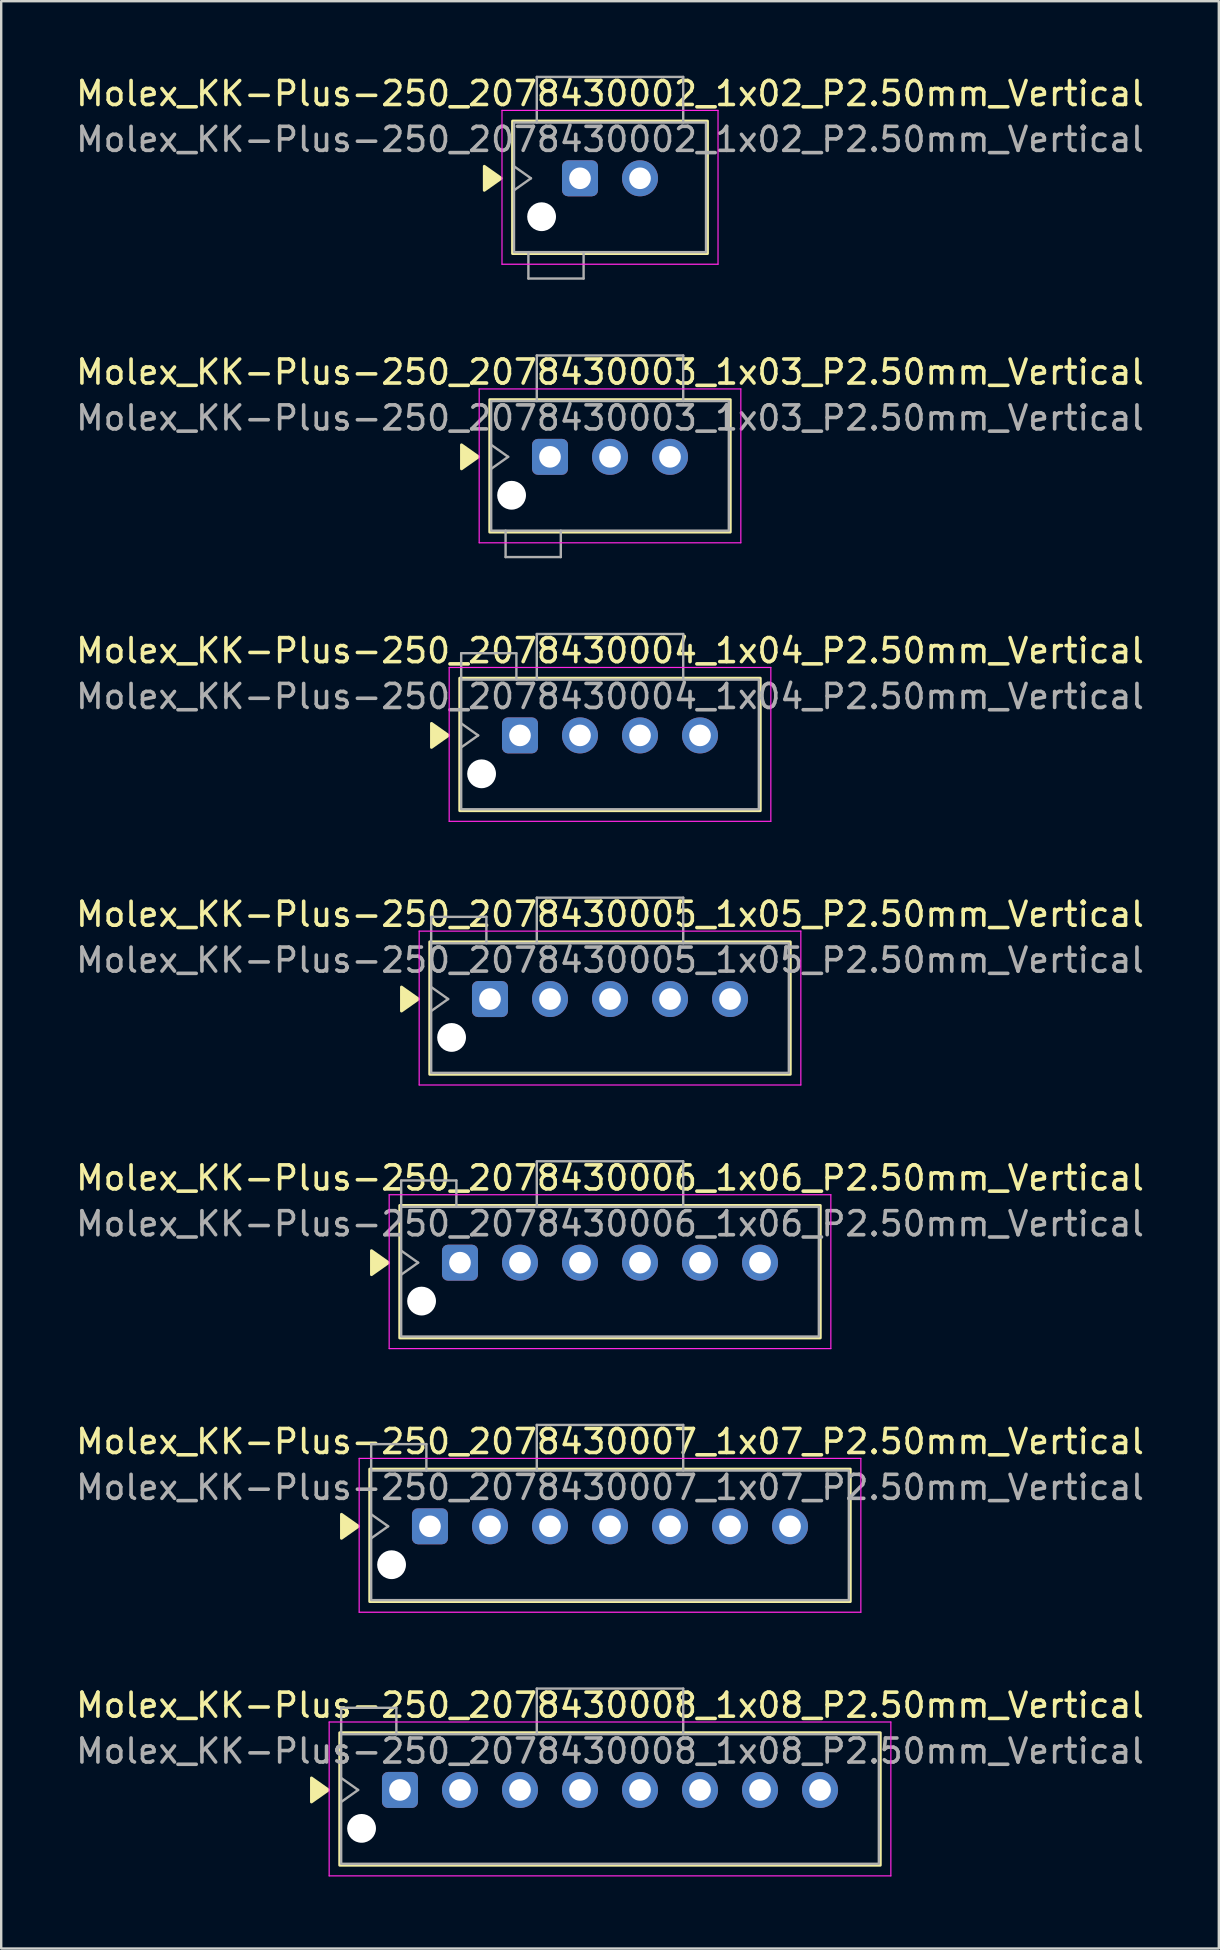
<source format=kicad_pcb>
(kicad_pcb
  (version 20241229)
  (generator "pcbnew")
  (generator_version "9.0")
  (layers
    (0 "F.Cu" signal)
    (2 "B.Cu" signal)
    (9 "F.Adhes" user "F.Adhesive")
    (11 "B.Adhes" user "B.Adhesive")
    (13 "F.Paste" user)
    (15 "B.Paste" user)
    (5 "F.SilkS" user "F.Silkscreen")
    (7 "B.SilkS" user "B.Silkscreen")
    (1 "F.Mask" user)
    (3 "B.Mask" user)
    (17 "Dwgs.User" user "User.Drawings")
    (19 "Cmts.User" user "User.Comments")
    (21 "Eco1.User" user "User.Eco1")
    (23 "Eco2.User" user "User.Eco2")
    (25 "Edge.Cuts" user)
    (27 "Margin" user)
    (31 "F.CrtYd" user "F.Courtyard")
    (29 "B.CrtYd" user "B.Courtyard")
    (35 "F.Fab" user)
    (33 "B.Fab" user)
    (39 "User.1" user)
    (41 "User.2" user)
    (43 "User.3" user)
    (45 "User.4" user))
  (footprint "Molex_KK-Plus-250_2078430003_1x03_P2.50mm_Vertical"
    (layer "F.Cu")
    (at 19.863 15.982)
    (property "Reference" "Molex_KK-Plus-250_2078430003_1x03_P2.50mm_Vertical" (at 2.5 -3.53 0) (layer "F.SilkS") (effects (font (size 1 1) (thickness 0.15))))
    (attr through_hole)
    (fp_rect (start -2.51 -2.384) (end 7.51 3.136) (stroke (width 0.12) (type solid)) (fill no) (layer "F.SilkS"))
    (fp_poly (pts (xy -3.687 -0.5) (xy -2.98 0) (xy -3.687 0.5)) (stroke (width 0.12) (type solid)) (fill yes) (layer "F.SilkS"))
    (fp_line (start -2.95 -2.83) (end -2.95 3.58) (stroke (width 0.05) (type solid)) (layer "F.CrtYd"))
    (fp_line (start -2.95 3.58) (end 7.95 3.58) (stroke (width 0.05) (type solid)) (layer "F.CrtYd"))
    (fp_line (start 7.95 -2.83) (end -2.95 -2.83) (stroke (width 0.05) (type solid)) (layer "F.CrtYd"))
    (fp_line (start 7.95 3.58) (end 7.95 -2.83) (stroke (width 0.05) (type solid)) (layer "F.CrtYd"))
    (fp_line (start -2.45 -0.5) (end -1.743 0) (stroke (width 0.1) (type solid)) (layer "F.Fab"))
    (fp_line (start -1.85 3.076) (end -1.85 4.176) (stroke (width 0.1) (type solid)) (layer "F.Fab"))
    (fp_line (start -1.85 4.176) (end 0.45 4.176) (stroke (width 0.1) (type solid)) (layer "F.Fab"))
    (fp_line (start -1.743 0) (end -2.45 0.5) (stroke (width 0.1) (type solid)) (layer "F.Fab"))
    (fp_line (start -0.55 -4.224) (end 5.55 -4.224) (stroke (width 0.1) (type solid)) (layer "F.Fab"))
    (fp_line (start -0.55 -2.324) (end -0.55 -4.224) (stroke (width 0.1) (type solid)) (layer "F.Fab"))
    (fp_line (start 0.45 4.176) (end 0.45 3.076) (stroke (width 0.1) (type solid)) (layer "F.Fab"))
    (fp_line (start 5.55 -4.224) (end 5.55 -2.324) (stroke (width 0.1) (type solid)) (layer "F.Fab"))
    (fp_rect (start -2.45 -2.324) (end 7.45 3.076) (stroke (width 0.1) (type solid)) (fill no) (layer "F.Fab"))
    (fp_text user "${REFERENCE}" (at 2.5 -1.62 0) (layer "F.Fab") (effects (font (size 1 1) (thickness 0.15))))
    (pad "" np_thru_hole circle (at -1.6 1.6) (size 1.2 1.2) (drill 1.2) (layers "*.Cu" "*.Mask"))
    (pad "1" thru_hole roundrect (at 0 0) (size 1.5 1.5) (drill 0.9) (layers "*.Cu" "*.Mask") (roundrect_rratio 0.167))
    (pad "2" thru_hole circle (at 2.5 0) (size 1.5 1.5) (drill 0.9) (layers "*.Cu" "*.Mask"))
    (pad "3" thru_hole circle (at 5 0) (size 1.5 1.5) (drill 0.9) (layers "*.Cu" "*.Mask")))
  (footprint "Molex_KK-Plus-250_2078430007_1x07_P2.50mm_Vertical"
    (layer "F.Cu")
    (at 14.863 60.536)
    (property "Reference" "Molex_KK-Plus-250_2078430007_1x07_P2.50mm_Vertical" (at 7.5 -3.53 0) (layer "F.SilkS") (effects (font (size 1 1) (thickness 0.15))))
    (attr through_hole)
    (fp_rect (start -2.51 -2.384) (end 17.51 3.136) (stroke (width 0.12) (type solid)) (fill no) (layer "F.SilkS"))
    (fp_poly (pts (xy -3.687 -0.5) (xy -2.98 0) (xy -3.687 0.5)) (stroke (width 0.12) (type solid)) (fill yes) (layer "F.SilkS"))
    (fp_line (start -2.95 -2.83) (end -2.95 3.58) (stroke (width 0.05) (type solid)) (layer "F.CrtYd"))
    (fp_line (start -2.95 3.58) (end 17.95 3.58) (stroke (width 0.05) (type solid)) (layer "F.CrtYd"))
    (fp_line (start 17.95 -2.83) (end -2.95 -2.83) (stroke (width 0.05) (type solid)) (layer "F.CrtYd"))
    (fp_line (start 17.95 3.58) (end 17.95 -2.83) (stroke (width 0.05) (type solid)) (layer "F.CrtYd"))
    (fp_line (start -2.45 -3.424) (end -0.15 -3.424) (stroke (width 0.1) (type solid)) (layer "F.Fab"))
    (fp_line (start -2.45 -2.324) (end -2.45 -3.424) (stroke (width 0.1) (type solid)) (layer "F.Fab"))
    (fp_line (start -2.45 -0.5) (end -1.743 0) (stroke (width 0.1) (type solid)) (layer "F.Fab"))
    (fp_line (start -1.743 0) (end -2.45 0.5) (stroke (width 0.1) (type solid)) (layer "F.Fab"))
    (fp_line (start -0.15 -3.424) (end -0.15 -2.324) (stroke (width 0.1) (type solid)) (layer "F.Fab"))
    (fp_line (start 4.45 -4.224) (end 10.55 -4.224) (stroke (width 0.1) (type solid)) (layer "F.Fab"))
    (fp_line (start 4.45 -2.324) (end 4.45 -4.224) (stroke (width 0.1) (type solid)) (layer "F.Fab"))
    (fp_line (start 10.55 -4.224) (end 10.55 -2.324) (stroke (width 0.1) (type solid)) (layer "F.Fab"))
    (fp_rect (start -2.45 -2.324) (end 17.45 3.076) (stroke (width 0.1) (type solid)) (fill no) (layer "F.Fab"))
    (fp_text user "${REFERENCE}" (at 7.5 -1.62 0) (layer "F.Fab") (effects (font (size 1 1) (thickness 0.15))))
    (pad "" np_thru_hole circle (at -1.6 1.6) (size 1.2 1.2) (drill 1.2) (layers "*.Cu" "*.Mask"))
    (pad "1" thru_hole roundrect (at 0 0) (size 1.5 1.5) (drill 0.9) (layers "*.Cu" "*.Mask") (roundrect_rratio 0.167))
    (pad "2" thru_hole circle (at 2.5 0) (size 1.5 1.5) (drill 0.9) (layers "*.Cu" "*.Mask"))
    (pad "3" thru_hole circle (at 5 0) (size 1.5 1.5) (drill 0.9) (layers "*.Cu" "*.Mask"))
    (pad "4" thru_hole circle (at 7.5 0) (size 1.5 1.5) (drill 0.9) (layers "*.Cu" "*.Mask"))
    (pad "5" thru_hole circle (at 10 0) (size 1.5 1.5) (drill 0.9) (layers "*.Cu" "*.Mask"))
    (pad "6" thru_hole circle (at 12.5 0) (size 1.5 1.5) (drill 0.9) (layers "*.Cu" "*.Mask"))
    (pad "7" thru_hole circle (at 15 0) (size 1.5 1.5) (drill 0.9) (layers "*.Cu" "*.Mask")))
  (footprint "Molex_KK-Plus-250_2078430006_1x06_P2.50mm_Vertical"
    (layer "F.Cu")
    (at 16.113 49.553)
    (property "Reference" "Molex_KK-Plus-250_2078430006_1x06_P2.50mm_Vertical" (at 6.25 -3.53 0) (layer "F.SilkS") (effects (font (size 1 1) (thickness 0.15))))
    (attr through_hole)
    (fp_rect (start -2.51 -2.384) (end 15.01 3.136) (stroke (width 0.12) (type solid)) (fill no) (layer "F.SilkS"))
    (fp_poly (pts (xy -3.687 -0.5) (xy -2.98 0) (xy -3.687 0.5)) (stroke (width 0.12) (type solid)) (fill yes) (layer "F.SilkS"))
    (fp_line (start -2.95 -2.83) (end -2.95 3.58) (stroke (width 0.05) (type solid)) (layer "F.CrtYd"))
    (fp_line (start -2.95 3.58) (end 15.45 3.58) (stroke (width 0.05) (type solid)) (layer "F.CrtYd"))
    (fp_line (start 15.45 -2.83) (end -2.95 -2.83) (stroke (width 0.05) (type solid)) (layer "F.CrtYd"))
    (fp_line (start 15.45 3.58) (end 15.45 -2.83) (stroke (width 0.05) (type solid)) (layer "F.CrtYd"))
    (fp_line (start -2.45 -3.424) (end -0.15 -3.424) (stroke (width 0.1) (type solid)) (layer "F.Fab"))
    (fp_line (start -2.45 -2.324) (end -2.45 -3.424) (stroke (width 0.1) (type solid)) (layer "F.Fab"))
    (fp_line (start -2.45 -0.5) (end -1.743 0) (stroke (width 0.1) (type solid)) (layer "F.Fab"))
    (fp_line (start -1.743 0) (end -2.45 0.5) (stroke (width 0.1) (type solid)) (layer "F.Fab"))
    (fp_line (start -0.15 -3.424) (end -0.15 -2.324) (stroke (width 0.1) (type solid)) (layer "F.Fab"))
    (fp_line (start 3.2 -4.224) (end 9.3 -4.224) (stroke (width 0.1) (type solid)) (layer "F.Fab"))
    (fp_line (start 3.2 -2.324) (end 3.2 -4.224) (stroke (width 0.1) (type solid)) (layer "F.Fab"))
    (fp_line (start 9.3 -4.224) (end 9.3 -2.324) (stroke (width 0.1) (type solid)) (layer "F.Fab"))
    (fp_rect (start -2.45 -2.324) (end 14.95 3.076) (stroke (width 0.1) (type solid)) (fill no) (layer "F.Fab"))
    (fp_text user "${REFERENCE}" (at 6.25 -1.62 0) (layer "F.Fab") (effects (font (size 1 1) (thickness 0.15))))
    (pad "" np_thru_hole circle (at -1.6 1.6) (size 1.2 1.2) (drill 1.2) (layers "*.Cu" "*.Mask"))
    (pad "1" thru_hole roundrect (at 0 0) (size 1.5 1.5) (drill 0.9) (layers "*.Cu" "*.Mask") (roundrect_rratio 0.167))
    (pad "2" thru_hole circle (at 2.5 0) (size 1.5 1.5) (drill 0.9) (layers "*.Cu" "*.Mask"))
    (pad "3" thru_hole circle (at 5 0) (size 1.5 1.5) (drill 0.9) (layers "*.Cu" "*.Mask"))
    (pad "4" thru_hole circle (at 7.5 0) (size 1.5 1.5) (drill 0.9) (layers "*.Cu" "*.Mask"))
    (pad "5" thru_hole circle (at 10 0) (size 1.5 1.5) (drill 0.9) (layers "*.Cu" "*.Mask"))
    (pad "6" thru_hole circle (at 12.5 0) (size 1.5 1.5) (drill 0.9) (layers "*.Cu" "*.Mask")))
  (footprint "Molex_KK-Plus-250_2078430008_1x08_P2.50mm_Vertical"
    (layer "F.Cu")
    (at 13.613 71.52)
    (property "Reference" "Molex_KK-Plus-250_2078430008_1x08_P2.50mm_Vertical" (at 8.75 -3.53 0) (layer "F.SilkS") (effects (font (size 1 1) (thickness 0.15))))
    (attr through_hole)
    (fp_rect (start -2.51 -2.384) (end 20.01 3.136) (stroke (width 0.12) (type solid)) (fill no) (layer "F.SilkS"))
    (fp_poly (pts (xy -3.687 -0.5) (xy -2.98 0) (xy -3.687 0.5)) (stroke (width 0.12) (type solid)) (fill yes) (layer "F.SilkS"))
    (fp_line (start -2.95 -2.83) (end -2.95 3.58) (stroke (width 0.05) (type solid)) (layer "F.CrtYd"))
    (fp_line (start -2.95 3.58) (end 20.45 3.58) (stroke (width 0.05) (type solid)) (layer "F.CrtYd"))
    (fp_line (start 20.45 -2.83) (end -2.95 -2.83) (stroke (width 0.05) (type solid)) (layer "F.CrtYd"))
    (fp_line (start 20.45 3.58) (end 20.45 -2.83) (stroke (width 0.05) (type solid)) (layer "F.CrtYd"))
    (fp_line (start -2.45 -3.424) (end -0.15 -3.424) (stroke (width 0.1) (type solid)) (layer "F.Fab"))
    (fp_line (start -2.45 -2.324) (end -2.45 -3.424) (stroke (width 0.1) (type solid)) (layer "F.Fab"))
    (fp_line (start -2.45 -0.5) (end -1.743 0) (stroke (width 0.1) (type solid)) (layer "F.Fab"))
    (fp_line (start -1.743 0) (end -2.45 0.5) (stroke (width 0.1) (type solid)) (layer "F.Fab"))
    (fp_line (start -0.15 -3.424) (end -0.15 -2.324) (stroke (width 0.1) (type solid)) (layer "F.Fab"))
    (fp_line (start 5.7 -4.224) (end 11.8 -4.224) (stroke (width 0.1) (type solid)) (layer "F.Fab"))
    (fp_line (start 5.7 -2.324) (end 5.7 -4.224) (stroke (width 0.1) (type solid)) (layer "F.Fab"))
    (fp_line (start 11.8 -4.224) (end 11.8 -2.324) (stroke (width 0.1) (type solid)) (layer "F.Fab"))
    (fp_rect (start -2.45 -2.324) (end 19.95 3.076) (stroke (width 0.1) (type solid)) (fill no) (layer "F.Fab"))
    (fp_text user "${REFERENCE}" (at 8.75 -1.62 0) (layer "F.Fab") (effects (font (size 1 1) (thickness 0.15))))
    (pad "" np_thru_hole circle (at -1.6 1.6) (size 1.2 1.2) (drill 1.2) (layers "*.Cu" "*.Mask"))
    (pad "1" thru_hole roundrect (at 0 0) (size 1.5 1.5) (drill 0.9) (layers "*.Cu" "*.Mask") (roundrect_rratio 0.167))
    (pad "2" thru_hole circle (at 2.5 0) (size 1.5 1.5) (drill 0.9) (layers "*.Cu" "*.Mask"))
    (pad "3" thru_hole circle (at 5 0) (size 1.5 1.5) (drill 0.9) (layers "*.Cu" "*.Mask"))
    (pad "4" thru_hole circle (at 7.5 0) (size 1.5 1.5) (drill 0.9) (layers "*.Cu" "*.Mask"))
    (pad "5" thru_hole circle (at 10 0) (size 1.5 1.5) (drill 0.9) (layers "*.Cu" "*.Mask"))
    (pad "6" thru_hole circle (at 12.5 0) (size 1.5 1.5) (drill 0.9) (layers "*.Cu" "*.Mask"))
    (pad "7" thru_hole circle (at 15 0) (size 1.5 1.5) (drill 0.9) (layers "*.Cu" "*.Mask"))
    (pad "8" thru_hole circle (at 17.5 0) (size 1.5 1.5) (drill 0.9) (layers "*.Cu" "*.Mask")))
  (footprint "Molex_KK-Plus-250_2078430002_1x02_P2.50mm_Vertical"
    (layer "F.Cu")
    (at 21.113 4.378)
    (property "Reference" "Molex_KK-Plus-250_2078430002_1x02_P2.50mm_Vertical" (at 1.25 -3.53 0) (layer "F.SilkS") (effects (font (size 1 1) (thickness 0.15))))
    (attr through_hole)
    (fp_rect (start -2.81 -2.384) (end 5.31 3.136) (stroke (width 0.12) (type solid)) (fill no) (layer "F.SilkS"))
    (fp_poly (pts (xy -3.987 -0.5) (xy -3.28 0) (xy -3.987 0.5)) (stroke (width 0.12) (type solid)) (fill yes) (layer "F.SilkS"))
    (fp_line (start -3.25 -2.83) (end -3.25 3.58) (stroke (width 0.05) (type solid)) (layer "F.CrtYd"))
    (fp_line (start -3.25 3.58) (end 5.75 3.58) (stroke (width 0.05) (type solid)) (layer "F.CrtYd"))
    (fp_line (start 5.75 -2.83) (end -3.25 -2.83) (stroke (width 0.05) (type solid)) (layer "F.CrtYd"))
    (fp_line (start 5.75 3.58) (end 5.75 -2.83) (stroke (width 0.05) (type solid)) (layer "F.CrtYd"))
    (fp_line (start -2.75 -0.5) (end -2.043 0) (stroke (width 0.1) (type solid)) (layer "F.Fab"))
    (fp_line (start -2.15 3.076) (end -2.15 4.176) (stroke (width 0.1) (type solid)) (layer "F.Fab"))
    (fp_line (start -2.15 4.176) (end 0.15 4.176) (stroke (width 0.1) (type solid)) (layer "F.Fab"))
    (fp_line (start -2.043 0) (end -2.75 0.5) (stroke (width 0.1) (type solid)) (layer "F.Fab"))
    (fp_line (start -1.8 -4.224) (end 4.3 -4.224) (stroke (width 0.1) (type solid)) (layer "F.Fab"))
    (fp_line (start -1.8 -2.324) (end -1.8 -4.224) (stroke (width 0.1) (type solid)) (layer "F.Fab"))
    (fp_line (start 0.15 4.176) (end 0.15 3.076) (stroke (width 0.1) (type solid)) (layer "F.Fab"))
    (fp_line (start 4.3 -4.224) (end 4.3 -2.324) (stroke (width 0.1) (type solid)) (layer "F.Fab"))
    (fp_rect (start -2.75 -2.324) (end 5.25 3.076) (stroke (width 0.1) (type solid)) (fill no) (layer "F.Fab"))
    (fp_text user "${REFERENCE}" (at 1.25 -1.62 0) (layer "F.Fab") (effects (font (size 1 1) (thickness 0.15))))
    (pad "" np_thru_hole circle (at -1.6 1.6) (size 1.2 1.2) (drill 1.2) (layers "*.Cu" "*.Mask"))
    (pad "1" thru_hole roundrect (at 0 0) (size 1.5 1.5) (drill 0.9) (layers "*.Cu" "*.Mask") (roundrect_rratio 0.167))
    (pad "2" thru_hole circle (at 2.5 0) (size 1.5 1.5) (drill 0.9) (layers "*.Cu" "*.Mask")))
  (footprint "Molex_KK-Plus-250_2078430004_1x04_P2.50mm_Vertical"
    (layer "F.Cu")
    (at 18.613 27.587)
    (property "Reference" "Molex_KK-Plus-250_2078430004_1x04_P2.50mm_Vertical" (at 3.75 -3.53 0) (layer "F.SilkS") (effects (font (size 1 1) (thickness 0.15))))
    (attr through_hole)
    (fp_rect (start -2.51 -2.384) (end 10.01 3.136) (stroke (width 0.12) (type solid)) (fill no) (layer "F.SilkS"))
    (fp_poly (pts (xy -3.687 -0.5) (xy -2.98 0) (xy -3.687 0.5)) (stroke (width 0.12) (type solid)) (fill yes) (layer "F.SilkS"))
    (fp_line (start -2.95 -2.83) (end -2.95 3.58) (stroke (width 0.05) (type solid)) (layer "F.CrtYd"))
    (fp_line (start -2.95 3.58) (end 10.45 3.58) (stroke (width 0.05) (type solid)) (layer "F.CrtYd"))
    (fp_line (start 10.45 -2.83) (end -2.95 -2.83) (stroke (width 0.05) (type solid)) (layer "F.CrtYd"))
    (fp_line (start 10.45 3.58) (end 10.45 -2.83) (stroke (width 0.05) (type solid)) (layer "F.CrtYd"))
    (fp_line (start -2.45 -3.424) (end -0.15 -3.424) (stroke (width 0.1) (type solid)) (layer "F.Fab"))
    (fp_line (start -2.45 -2.324) (end -2.45 -3.424) (stroke (width 0.1) (type solid)) (layer "F.Fab"))
    (fp_line (start -2.45 -0.5) (end -1.743 0) (stroke (width 0.1) (type solid)) (layer "F.Fab"))
    (fp_line (start -1.743 0) (end -2.45 0.5) (stroke (width 0.1) (type solid)) (layer "F.Fab"))
    (fp_line (start -0.15 -3.424) (end -0.15 -2.324) (stroke (width 0.1) (type solid)) (layer "F.Fab"))
    (fp_line (start 0.7 -4.224) (end 6.8 -4.224) (stroke (width 0.1) (type solid)) (layer "F.Fab"))
    (fp_line (start 0.7 -2.324) (end 0.7 -4.224) (stroke (width 0.1) (type solid)) (layer "F.Fab"))
    (fp_line (start 6.8 -4.224) (end 6.8 -2.324) (stroke (width 0.1) (type solid)) (layer "F.Fab"))
    (fp_rect (start -2.45 -2.324) (end 9.95 3.076) (stroke (width 0.1) (type solid)) (fill no) (layer "F.Fab"))
    (fp_text user "${REFERENCE}" (at 3.75 -1.62 0) (layer "F.Fab") (effects (font (size 1 1) (thickness 0.15))))
    (pad "" np_thru_hole circle (at -1.6 1.6) (size 1.2 1.2) (drill 1.2) (layers "*.Cu" "*.Mask"))
    (pad "1" thru_hole roundrect (at 0 0) (size 1.5 1.5) (drill 0.9) (layers "*.Cu" "*.Mask") (roundrect_rratio 0.167))
    (pad "2" thru_hole circle (at 2.5 0) (size 1.5 1.5) (drill 0.9) (layers "*.Cu" "*.Mask"))
    (pad "3" thru_hole circle (at 5 0) (size 1.5 1.5) (drill 0.9) (layers "*.Cu" "*.Mask"))
    (pad "4" thru_hole circle (at 7.5 0) (size 1.5 1.5) (drill 0.9) (layers "*.Cu" "*.Mask")))
  (footprint "Molex_KK-Plus-250_2078430005_1x05_P2.50mm_Vertical"
    (layer "F.Cu")
    (at 17.363 38.57)
    (property "Reference" "Molex_KK-Plus-250_2078430005_1x05_P2.50mm_Vertical" (at 5 -3.53 0) (layer "F.SilkS") (effects (font (size 1 1) (thickness 0.15))))
    (attr through_hole)
    (fp_rect (start -2.51 -2.384) (end 12.51 3.136) (stroke (width 0.12) (type solid)) (fill no) (layer "F.SilkS"))
    (fp_poly (pts (xy -3.687 -0.5) (xy -2.98 0) (xy -3.687 0.5)) (stroke (width 0.12) (type solid)) (fill yes) (layer "F.SilkS"))
    (fp_line (start -2.95 -2.83) (end -2.95 3.58) (stroke (width 0.05) (type solid)) (layer "F.CrtYd"))
    (fp_line (start -2.95 3.58) (end 12.95 3.58) (stroke (width 0.05) (type solid)) (layer "F.CrtYd"))
    (fp_line (start 12.95 -2.83) (end -2.95 -2.83) (stroke (width 0.05) (type solid)) (layer "F.CrtYd"))
    (fp_line (start 12.95 3.58) (end 12.95 -2.83) (stroke (width 0.05) (type solid)) (layer "F.CrtYd"))
    (fp_line (start -2.45 -3.424) (end -0.15 -3.424) (stroke (width 0.1) (type solid)) (layer "F.Fab"))
    (fp_line (start -2.45 -2.324) (end -2.45 -3.424) (stroke (width 0.1) (type solid)) (layer "F.Fab"))
    (fp_line (start -2.45 -0.5) (end -1.743 0) (stroke (width 0.1) (type solid)) (layer "F.Fab"))
    (fp_line (start -1.743 0) (end -2.45 0.5) (stroke (width 0.1) (type solid)) (layer "F.Fab"))
    (fp_line (start -0.15 -3.424) (end -0.15 -2.324) (stroke (width 0.1) (type solid)) (layer "F.Fab"))
    (fp_line (start 1.95 -4.224) (end 8.05 -4.224) (stroke (width 0.1) (type solid)) (layer "F.Fab"))
    (fp_line (start 1.95 -2.324) (end 1.95 -4.224) (stroke (width 0.1) (type solid)) (layer "F.Fab"))
    (fp_line (start 8.05 -4.224) (end 8.05 -2.324) (stroke (width 0.1) (type solid)) (layer "F.Fab"))
    (fp_rect (start -2.45 -2.324) (end 12.45 3.076) (stroke (width 0.1) (type solid)) (fill no) (layer "F.Fab"))
    (fp_text user "${REFERENCE}" (at 5 -1.62 0) (layer "F.Fab") (effects (font (size 1 1) (thickness 0.15))))
    (pad "" np_thru_hole circle (at -1.6 1.6) (size 1.2 1.2) (drill 1.2) (layers "*.Cu" "*.Mask"))
    (pad "1" thru_hole roundrect (at 0 0) (size 1.5 1.5) (drill 0.9) (layers "*.Cu" "*.Mask") (roundrect_rratio 0.167))
    (pad "2" thru_hole circle (at 2.5 0) (size 1.5 1.5) (drill 0.9) (layers "*.Cu" "*.Mask"))
    (pad "3" thru_hole circle (at 5 0) (size 1.5 1.5) (drill 0.9) (layers "*.Cu" "*.Mask"))
    (pad "4" thru_hole circle (at 7.5 0) (size 1.5 1.5) (drill 0.9) (layers "*.Cu" "*.Mask"))
    (pad "5" thru_hole circle (at 10 0) (size 1.5 1.5) (drill 0.9) (layers "*.Cu" "*.Mask")))
  (gr_rect
    (start -3 -3)
    (end 47.726 78.125)
    (stroke (width 0.1) (type default))
    (fill no)
    (layer "Edge.Cuts")))
</source>
